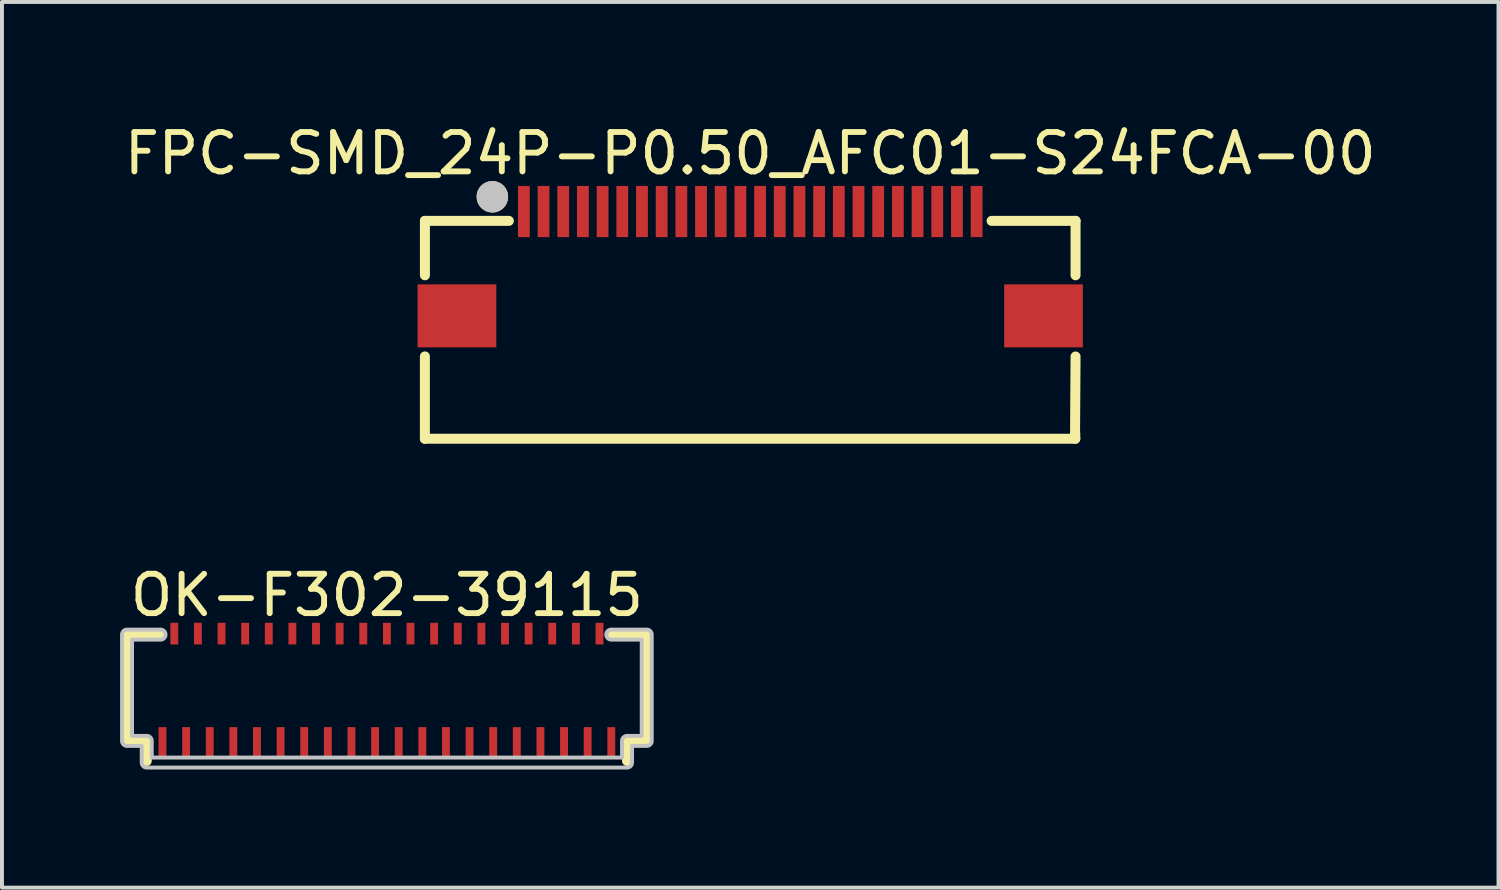
<source format=kicad_pcb>
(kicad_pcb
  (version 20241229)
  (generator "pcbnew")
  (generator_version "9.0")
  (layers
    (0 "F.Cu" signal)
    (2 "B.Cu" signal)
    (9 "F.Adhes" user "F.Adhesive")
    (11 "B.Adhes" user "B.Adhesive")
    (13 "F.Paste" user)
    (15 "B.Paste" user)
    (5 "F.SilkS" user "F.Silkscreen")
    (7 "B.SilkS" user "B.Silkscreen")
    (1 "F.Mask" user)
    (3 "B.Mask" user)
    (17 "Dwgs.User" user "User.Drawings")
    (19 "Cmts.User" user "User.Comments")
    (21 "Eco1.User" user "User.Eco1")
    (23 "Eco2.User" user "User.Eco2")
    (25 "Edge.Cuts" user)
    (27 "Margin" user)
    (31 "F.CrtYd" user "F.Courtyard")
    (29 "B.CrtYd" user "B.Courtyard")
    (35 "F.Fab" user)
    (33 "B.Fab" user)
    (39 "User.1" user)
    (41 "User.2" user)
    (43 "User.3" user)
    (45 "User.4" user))
  (footprint "FPC-SMD_24P-P0.50_AFC01-S24FCA-00"
    (layer "F.Cu")
    (at 16.006 3.648)
    (property "Reference" "FPC-SMD_24P-P0.50_AFC01-S24FCA-00" (at -0.00025 -2.8 0) (layer "F.SilkS") (effects (font (size 1 1) (thickness 0.15))))
    (fp_line (start -8.264 2.355) (end -8.264 4.446) (stroke (width 0.254) (type default)) (layer "F.SilkS"))
    (fp_line (start -8.264 4.446) (end 8.256 4.446) (stroke (width 0.254) (type default)) (layer "F.SilkS"))
    (fp_line (start -8.263 -1.088) (end -8.263 0.294) (stroke (width 0.254) (type default)) (layer "F.SilkS"))
    (fp_line (start -6.131 -1.088) (end -8.263 -1.088) (stroke (width 0.254) (type default)) (layer "F.SilkS"))
    (fp_line (start 8.25 4.35) (end 8.263 2.357) (stroke (width 0.254) (type default)) (layer "F.SilkS"))
    (fp_line (start 8.256 4.446) (end 8.256 4.319) (stroke (width 0.254) (type default)) (layer "F.SilkS"))
    (fp_line (start 8.263 -1.088) (end 6.131 -1.088) (stroke (width 0.254) (type default)) (layer "F.SilkS"))
    (fp_line (start 8.263 0.294) (end 8.263 -1.088) (stroke (width 0.254) (type default)) (layer "F.SilkS"))
    (fp_circle (center -6.55 -1.7) (end -6.35 -1.7) (stroke (width 0.4) (type default)) (fill no) (layer "F.SilkS"))
    (fp_circle (center -6.55 -1.7) (end -6.35 -1.7) (stroke (width 0.4) (type default)) (fill no) (layer "Dwgs.User"))
    (fp_poly (pts (xy -6.7 0.825) (xy -6.7 1.825) (xy -8.2 1.825) (xy -8.2 0.825)) (stroke (width 0.1) (type default)) (fill no) (layer "User.1"))
    (fp_poly (pts (xy -5.65 -0.955) (xy -5.85 -0.955) (xy -5.85 -1.705) (xy -5.65 -1.705)) (stroke (width 0.1) (type default)) (fill no) (layer "User.1"))
    (fp_poly (pts (xy -5.15 -0.955) (xy -5.35 -0.955) (xy -5.35 -1.705) (xy -5.15 -1.705)) (stroke (width 0.1) (type default)) (fill no) (layer "User.1"))
    (fp_poly (pts (xy -4.65 -0.955) (xy -4.85 -0.955) (xy -4.85 -1.705) (xy -4.65 -1.705)) (stroke (width 0.1) (type default)) (fill no) (layer "User.1"))
    (fp_poly (pts (xy -4.15 -0.955) (xy -4.35 -0.955) (xy -4.35 -1.705) (xy -4.15 -1.705)) (stroke (width 0.1) (type default)) (fill no) (layer "User.1"))
    (fp_poly (pts (xy -3.65 -0.955) (xy -3.85 -0.955) (xy -3.85 -1.705) (xy -3.65 -1.705)) (stroke (width 0.1) (type default)) (fill no) (layer "User.1"))
    (fp_poly (pts (xy -3.15 -0.955) (xy -3.35 -0.955) (xy -3.35 -1.705) (xy -3.15 -1.705)) (stroke (width 0.1) (type default)) (fill no) (layer "User.1"))
    (fp_poly (pts (xy -2.65 -0.955) (xy -2.85 -0.955) (xy -2.85 -1.705) (xy -2.65 -1.705)) (stroke (width 0.1) (type default)) (fill no) (layer "User.1"))
    (fp_poly (pts (xy -2.15 -0.955) (xy -2.35 -0.955) (xy -2.35 -1.705) (xy -2.15 -1.705)) (stroke (width 0.1) (type default)) (fill no) (layer "User.1"))
    (fp_poly (pts (xy -1.65 -0.955) (xy -1.85 -0.955) (xy -1.85 -1.705) (xy -1.65 -1.705)) (stroke (width 0.1) (type default)) (fill no) (layer "User.1"))
    (fp_poly (pts (xy -1.15 -0.955) (xy -1.35 -0.955) (xy -1.35 -1.705) (xy -1.15 -1.705)) (stroke (width 0.1) (type default)) (fill no) (layer "User.1"))
    (fp_poly (pts (xy -0.65 -0.955) (xy -0.85 -0.955) (xy -0.85 -1.705) (xy -0.65 -1.705)) (stroke (width 0.1) (type default)) (fill no) (layer "User.1"))
    (fp_poly (pts (xy -0.15 -0.955) (xy -0.35 -0.955) (xy -0.35 -1.705) (xy -0.15 -1.705)) (stroke (width 0.1) (type default)) (fill no) (layer "User.1"))
    (fp_poly (pts (xy 0.35 -0.955) (xy 0.15 -0.955) (xy 0.15 -1.705) (xy 0.35 -1.705)) (stroke (width 0.1) (type default)) (fill no) (layer "User.1"))
    (fp_poly (pts (xy 0.85 -0.955) (xy 0.65 -0.955) (xy 0.65 -1.705) (xy 0.85 -1.705)) (stroke (width 0.1) (type default)) (fill no) (layer "User.1"))
    (fp_poly (pts (xy 1.35 -0.955) (xy 1.15 -0.955) (xy 1.15 -1.705) (xy 1.35 -1.705)) (stroke (width 0.1) (type default)) (fill no) (layer "User.1"))
    (fp_poly (pts (xy 1.85 -0.955) (xy 1.65 -0.955) (xy 1.65 -1.705) (xy 1.85 -1.705)) (stroke (width 0.1) (type default)) (fill no) (layer "User.1"))
    (fp_poly (pts (xy 2.35 -0.955) (xy 2.15 -0.955) (xy 2.15 -1.705) (xy 2.35 -1.705)) (stroke (width 0.1) (type default)) (fill no) (layer "User.1"))
    (fp_poly (pts (xy 2.85 -0.955) (xy 2.65 -0.955) (xy 2.65 -1.705) (xy 2.85 -1.705)) (stroke (width 0.1) (type default)) (fill no) (layer "User.1"))
    (fp_poly (pts (xy 3.35 -0.955) (xy 3.15 -0.955) (xy 3.15 -1.705) (xy 3.35 -1.705)) (stroke (width 0.1) (type default)) (fill no) (layer "User.1"))
    (fp_poly (pts (xy 3.85 -0.955) (xy 3.65 -0.955) (xy 3.65 -1.705) (xy 3.85 -1.705)) (stroke (width 0.1) (type default)) (fill no) (layer "User.1"))
    (fp_poly (pts (xy 4.35 -0.955) (xy 4.15 -0.955) (xy 4.15 -1.705) (xy 4.35 -1.705)) (stroke (width 0.1) (type default)) (fill no) (layer "User.1"))
    (fp_poly (pts (xy 4.85 -0.955) (xy 4.65 -0.955) (xy 4.65 -1.705) (xy 4.85 -1.705)) (stroke (width 0.1) (type default)) (fill no) (layer "User.1"))
    (fp_poly (pts (xy 5.35 -0.955) (xy 5.15 -0.955) (xy 5.15 -1.705) (xy 5.35 -1.705)) (stroke (width 0.1) (type default)) (fill no) (layer "User.1"))
    (fp_poly (pts (xy 5.85 -0.955) (xy 5.65 -0.955) (xy 5.65 -1.705) (xy 5.85 -1.705)) (stroke (width 0.1) (type default)) (fill no) (layer "User.1"))
    (fp_poly (pts (xy 8.2 0.825) (xy 8.2 1.825) (xy 6.7 1.825) (xy 6.7 0.825)) (stroke (width 0.1) (type default)) (fill no) (layer "User.1"))
    (fp_line (start -8.2 -1.005) (end 8.2 -1.005) (stroke (width 0.051) (type default)) (layer "User.2"))
    (fp_line (start -8.2 4.395) (end -8.2 -1.005) (stroke (width 0.051) (type default)) (layer "User.2"))
    (fp_line (start 8.2 -1.005) (end 8.2 4.395) (stroke (width 0.051) (type default)) (layer "User.2"))
    (fp_line (start 8.2 4.395) (end -8.2 4.395) (stroke (width 0.051) (type default)) (layer "User.2"))
    (fp_poly (pts (xy -8.145 -1.728) (xy -8.177 -1.76) (xy -8.223 -1.76) (xy -8.255 -1.728) (xy -8.255 -1.682) (xy -8.223 -1.65) (xy -8.177 -1.65) (xy -8.145 -1.682)) (stroke (width 0.1) (type default)) (fill no) (layer "User.3"))
    (pad "1" smd rect (at -5.75 -1.325 180) (size 0.3 1.3) (layers "F.Cu" "F.Mask" "F.Paste"))
    (pad "2" smd rect (at -5.25 -1.325 180) (size 0.3 1.3) (layers "F.Cu" "F.Mask" "F.Paste"))
    (pad "3" smd rect (at -4.75 -1.325 180) (size 0.3 1.3) (layers "F.Cu" "F.Mask" "F.Paste"))
    (pad "4" smd rect (at -4.25 -1.325 180) (size 0.3 1.3) (layers "F.Cu" "F.Mask" "F.Paste"))
    (pad "5" smd rect (at -3.75 -1.325 180) (size 0.3 1.3) (layers "F.Cu" "F.Mask" "F.Paste"))
    (pad "6" smd rect (at -3.25 -1.325 180) (size 0.3 1.3) (layers "F.Cu" "F.Mask" "F.Paste"))
    (pad "7" smd rect (at -2.75 -1.325 180) (size 0.3 1.3) (layers "F.Cu" "F.Mask" "F.Paste"))
    (pad "8" smd rect (at -2.25 -1.325 180) (size 0.3 1.3) (layers "F.Cu" "F.Mask" "F.Paste"))
    (pad "9" smd rect (at -1.75 -1.325 180) (size 0.3 1.3) (layers "F.Cu" "F.Mask" "F.Paste"))
    (pad "10" smd rect (at -1.25 -1.325 180) (size 0.3 1.3) (layers "F.Cu" "F.Mask" "F.Paste"))
    (pad "11" smd rect (at -0.75 -1.325 180) (size 0.3 1.3) (layers "F.Cu" "F.Mask" "F.Paste"))
    (pad "12" smd rect (at -0.25 -1.325 180) (size 0.3 1.3) (layers "F.Cu" "F.Mask" "F.Paste"))
    (pad "13" smd rect (at 0.25 -1.325 180) (size 0.3 1.3) (layers "F.Cu" "F.Mask" "F.Paste"))
    (pad "14" smd rect (at 0.75 -1.325 180) (size 0.3 1.3) (layers "F.Cu" "F.Mask" "F.Paste"))
    (pad "15" smd rect (at 1.25 -1.325 180) (size 0.3 1.3) (layers "F.Cu" "F.Mask" "F.Paste"))
    (pad "16" smd rect (at 1.75 -1.325 180) (size 0.3 1.3) (layers "F.Cu" "F.Mask" "F.Paste"))
    (pad "17" smd rect (at 2.25 -1.325 180) (size 0.3 1.3) (layers "F.Cu" "F.Mask" "F.Paste"))
    (pad "18" smd rect (at 2.75 -1.325 180) (size 0.3 1.3) (layers "F.Cu" "F.Mask" "F.Paste"))
    (pad "19" smd rect (at 3.25 -1.325 180) (size 0.3 1.3) (layers "F.Cu" "F.Mask" "F.Paste"))
    (pad "20" smd rect (at 3.75 -1.325 180) (size 0.3 1.3) (layers "F.Cu" "F.Mask" "F.Paste"))
    (pad "21" smd rect (at 4.25 -1.325 180) (size 0.3 1.3) (layers "F.Cu" "F.Mask" "F.Paste"))
    (pad "22" smd rect (at 4.75 -1.325 180) (size 0.3 1.3) (layers "F.Cu" "F.Mask" "F.Paste"))
    (pad "23" smd rect (at 5.25 -1.325 180) (size 0.3 1.3) (layers "F.Cu" "F.Mask" "F.Paste"))
    (pad "24" smd rect (at 5.75 -1.325 180) (size 0.3 1.3) (layers "F.Cu" "F.Mask" "F.Paste"))
    (pad "25" smd rect (at 7.449 1.325 90) (size 1.6 2) (layers "F.Cu" "F.Mask" "F.Paste"))
    (pad "26" smd rect (at -7.45 1.325 90) (size 1.6 2) (layers "F.Cu" "F.Mask" "F.Paste")))
  (footprint "OK-F302-39115"
    (layer "F.Cu")
    (at 6.777 14.419)
    (property "Reference" "OK-F302-39115" (at 0 -2.35 0) (layer "F.SilkS") (effects (font (size 1 1) (thickness 0.15))))
    (fp_line (start -6.6 -1.34) (end -6.6 1.36) (stroke (width 0.254) (type default)) (layer "F.SilkS"))
    (fp_line (start -6.6 -1.34) (end -5.731 -1.34) (stroke (width 0.254) (type default)) (layer "F.SilkS"))
    (fp_line (start -6.6 1.36) (end -6.1 1.36) (stroke (width 0.254) (type default)) (layer "F.SilkS"))
    (fp_line (start -6.1 1.36) (end -6.1 1.86) (stroke (width 0.254) (type default)) (layer "F.SilkS"))
    (fp_line (start 5.731 -1.34) (end 6.6 -1.34) (stroke (width 0.254) (type default)) (layer "F.SilkS"))
    (fp_line (start 6.1 1.36) (end 6.1 1.86) (stroke (width 0.254) (type default)) (layer "F.SilkS"))
    (fp_line (start 6.6 -1.34) (end 6.6 1.36) (stroke (width 0.254) (type default)) (layer "F.SilkS"))
    (fp_line (start 6.6 1.36) (end 6.1 1.36) (stroke (width 0.254) (type default)) (layer "F.SilkS"))
    (fp_poly (pts (arc (start -5.75 -1.477) (mid -5.623 -1.35) (end -5.75 -1.223)) (xy -6.473 -1.223) (xy -6.473 1.223) (arc (start -6.1 1.223) (mid -6.010197 1.260197) (end -5.973 1.35)) (xy -5.973 1.773) (xy 5.973 1.773) (arc (start 5.973 1.35) (mid 6.010197 1.260197) (end 6.1 1.223)) (xy 6.473 1.223) (xy 6.473 -1.223) (arc (start 5.7 -1.223) (mid 5.573 -1.35) (end 5.7 -1.477)) (arc (start 6.6 -1.477) (mid 6.689803 -1.439803) (end 6.727 -1.35)) (arc (start 6.727 1.35) (mid 6.689803 1.439803) (end 6.6 1.477)) (xy 6.227 1.477) (arc (start 6.227 1.9) (mid 6.189803 1.989803) (end 6.1 2.027)) (arc (start -6.1 2.027) (mid -6.189803 1.989803) (end -6.227 1.9)) (xy -6.227 1.477) (arc (start -6.6 1.477) (mid -6.689803 1.439803) (end -6.727 1.35)) (arc (start -6.727 -1.35) (mid -6.689803 -1.439803) (end -6.6 -1.477))) (stroke (width 0.1) (type default)) (fill no) (layer "Dwgs.User"))
    (fp_poly (pts (xy -5.74 1.15) (xy -5.66 1.15) (xy -5.66 1.7) (xy -5.74 1.7)) (stroke (width 0.1) (type default)) (fill no) (layer "User.1"))
    (fp_poly (pts (xy -5.44 -1.6) (xy -5.36 -1.6) (xy -5.36 -1.25) (xy -5.44 -1.25)) (stroke (width 0.1) (type default)) (fill no) (layer "User.1"))
    (fp_poly (pts (xy -5.14 1.15) (xy -5.06 1.15) (xy -5.06 1.7) (xy -5.14 1.7)) (stroke (width 0.1) (type default)) (fill no) (layer "User.1"))
    (fp_poly (pts (xy -4.84 -1.6) (xy -4.76 -1.6) (xy -4.76 -1.25) (xy -4.84 -1.25)) (stroke (width 0.1) (type default)) (fill no) (layer "User.1"))
    (fp_poly (pts (xy -4.54 1.15) (xy -4.46 1.15) (xy -4.46 1.7) (xy -4.54 1.7)) (stroke (width 0.1) (type default)) (fill no) (layer "User.1"))
    (fp_poly (pts (xy -4.24 -1.6) (xy -4.16 -1.6) (xy -4.16 -1.25) (xy -4.24 -1.25)) (stroke (width 0.1) (type default)) (fill no) (layer "User.1"))
    (fp_poly (pts (xy -3.94 1.15) (xy -3.86 1.15) (xy -3.86 1.7) (xy -3.94 1.7)) (stroke (width 0.1) (type default)) (fill no) (layer "User.1"))
    (fp_poly (pts (xy -3.64 -1.6) (xy -3.56 -1.6) (xy -3.56 -1.25) (xy -3.64 -1.25)) (stroke (width 0.1) (type default)) (fill no) (layer "User.1"))
    (fp_poly (pts (xy -3.34 1.15) (xy -3.26 1.15) (xy -3.26 1.7) (xy -3.34 1.7)) (stroke (width 0.1) (type default)) (fill no) (layer "User.1"))
    (fp_poly (pts (xy -3.04 -1.6) (xy -2.96 -1.6) (xy -2.96 -1.25) (xy -3.04 -1.25)) (stroke (width 0.1) (type default)) (fill no) (layer "User.1"))
    (fp_poly (pts (xy -2.74 1.15) (xy -2.66 1.15) (xy -2.66 1.7) (xy -2.74 1.7)) (stroke (width 0.1) (type default)) (fill no) (layer "User.1"))
    (fp_poly (pts (xy -2.44 -1.6) (xy -2.36 -1.6) (xy -2.36 -1.25) (xy -2.44 -1.25)) (stroke (width 0.1) (type default)) (fill no) (layer "User.1"))
    (fp_poly (pts (xy -2.14 1.15) (xy -2.06 1.15) (xy -2.06 1.7) (xy -2.14 1.7)) (stroke (width 0.1) (type default)) (fill no) (layer "User.1"))
    (fp_poly (pts (xy -1.84 -1.6) (xy -1.76 -1.6) (xy -1.76 -1.25) (xy -1.84 -1.25)) (stroke (width 0.1) (type default)) (fill no) (layer "User.1"))
    (fp_poly (pts (xy -1.54 1.15) (xy -1.46 1.15) (xy -1.46 1.7) (xy -1.54 1.7)) (stroke (width 0.1) (type default)) (fill no) (layer "User.1"))
    (fp_poly (pts (xy -1.24 -1.6) (xy -1.16 -1.6) (xy -1.16 -1.25) (xy -1.24 -1.25)) (stroke (width 0.1) (type default)) (fill no) (layer "User.1"))
    (fp_poly (pts (xy -0.94 1.15) (xy -0.86 1.15) (xy -0.86 1.7) (xy -0.94 1.7)) (stroke (width 0.1) (type default)) (fill no) (layer "User.1"))
    (fp_poly (pts (xy -0.64 -1.6) (xy -0.56 -1.6) (xy -0.56 -1.25) (xy -0.64 -1.25)) (stroke (width 0.1) (type default)) (fill no) (layer "User.1"))
    (fp_poly (pts (xy -0.34 1.15) (xy -0.26 1.15) (xy -0.26 1.7) (xy -0.34 1.7)) (stroke (width 0.1) (type default)) (fill no) (layer "User.1"))
    (fp_poly (pts (xy -0.04 -1.6) (xy 0.04 -1.6) (xy 0.04 -1.25) (xy -0.04 -1.25)) (stroke (width 0.1) (type default)) (fill no) (layer "User.1"))
    (fp_poly (pts (xy 0.26 1.15) (xy 0.34 1.15) (xy 0.34 1.7) (xy 0.26 1.7)) (stroke (width 0.1) (type default)) (fill no) (layer "User.1"))
    (fp_poly (pts (xy 0.56 -1.6) (xy 0.64 -1.6) (xy 0.64 -1.25) (xy 0.56 -1.25)) (stroke (width 0.1) (type default)) (fill no) (layer "User.1"))
    (fp_poly (pts (xy 0.86 1.15) (xy 0.94 1.15) (xy 0.94 1.7) (xy 0.86 1.7)) (stroke (width 0.1) (type default)) (fill no) (layer "User.1"))
    (fp_poly (pts (xy 1.16 -1.6) (xy 1.24 -1.6) (xy 1.24 -1.25) (xy 1.16 -1.25)) (stroke (width 0.1) (type default)) (fill no) (layer "User.1"))
    (fp_poly (pts (xy 1.46 1.15) (xy 1.54 1.15) (xy 1.54 1.7) (xy 1.46 1.7)) (stroke (width 0.1) (type default)) (fill no) (layer "User.1"))
    (fp_poly (pts (xy 1.76 -1.6) (xy 1.84 -1.6) (xy 1.84 -1.25) (xy 1.76 -1.25)) (stroke (width 0.1) (type default)) (fill no) (layer "User.1"))
    (fp_poly (pts (xy 2.06 1.15) (xy 2.14 1.15) (xy 2.14 1.7) (xy 2.06 1.7)) (stroke (width 0.1) (type default)) (fill no) (layer "User.1"))
    (fp_poly (pts (xy 2.36 -1.6) (xy 2.44 -1.6) (xy 2.44 -1.25) (xy 2.36 -1.25)) (stroke (width 0.1) (type default)) (fill no) (layer "User.1"))
    (fp_poly (pts (xy 2.66 1.15) (xy 2.74 1.15) (xy 2.74 1.7) (xy 2.66 1.7)) (stroke (width 0.1) (type default)) (fill no) (layer "User.1"))
    (fp_poly (pts (xy 2.96 -1.6) (xy 3.04 -1.6) (xy 3.04 -1.25) (xy 2.96 -1.25)) (stroke (width 0.1) (type default)) (fill no) (layer "User.1"))
    (fp_poly (pts (xy 3.26 1.15) (xy 3.34 1.15) (xy 3.34 1.7) (xy 3.26 1.7)) (stroke (width 0.1) (type default)) (fill no) (layer "User.1"))
    (fp_poly (pts (xy 3.56 -1.6) (xy 3.64 -1.6) (xy 3.64 -1.25) (xy 3.56 -1.25)) (stroke (width 0.1) (type default)) (fill no) (layer "User.1"))
    (fp_poly (pts (xy 3.86 1.15) (xy 3.94 1.15) (xy 3.94 1.7) (xy 3.86 1.7)) (stroke (width 0.1) (type default)) (fill no) (layer "User.1"))
    (fp_poly (pts (xy 4.16 -1.6) (xy 4.24 -1.6) (xy 4.24 -1.25) (xy 4.16 -1.25)) (stroke (width 0.1) (type default)) (fill no) (layer "User.1"))
    (fp_poly (pts (xy 4.46 1.15) (xy 4.54 1.15) (xy 4.54 1.7) (xy 4.46 1.7)) (stroke (width 0.1) (type default)) (fill no) (layer "User.1"))
    (fp_poly (pts (xy 4.76 -1.6) (xy 4.84 -1.6) (xy 4.84 -1.25) (xy 4.76 -1.25)) (stroke (width 0.1) (type default)) (fill no) (layer "User.1"))
    (fp_poly (pts (xy 5.06 1.15) (xy 5.14 1.15) (xy 5.14 1.7) (xy 5.06 1.7)) (stroke (width 0.1) (type default)) (fill no) (layer "User.1"))
    (fp_poly (pts (xy 5.36 -1.6) (xy 5.44 -1.6) (xy 5.44 -1.25) (xy 5.36 -1.25)) (stroke (width 0.1) (type default)) (fill no) (layer "User.1"))
    (fp_poly (pts (xy 5.66 1.15) (xy 5.74 1.15) (xy 5.74 1.7) (xy 5.66 1.7)) (stroke (width 0.1) (type default)) (fill no) (layer "User.1"))
    (fp_line (start -6.6 -1.35) (end 6.6 -1.35) (stroke (width 0.051) (type default)) (layer "User.2"))
    (fp_line (start -6.6 1.87) (end -6.6 -1.35) (stroke (width 0.051) (type default)) (layer "User.2"))
    (fp_line (start 6.6 -1.35) (end 6.6 1.87) (stroke (width 0.051) (type default)) (layer "User.2"))
    (fp_line (start 6.6 1.87) (end -6.6 1.87) (stroke (width 0.051) (type default)) (layer "User.2"))
    (fp_poly (pts (xy -6.545 1.847) (xy -6.577 1.815) (xy -6.623 1.815) (xy -6.655 1.847) (xy -6.655 1.893) (xy -6.623 1.925) (xy -6.577 1.925) (xy -6.545 1.893)) (stroke (width 0.1) (type default)) (fill no) (layer "User.3"))
    (pad "1" smd rect (at -5.7 1.375) (size 0.2 0.75) (layers "F.Cu" "F.Mask" "F.Paste"))
    (pad "2" smd rect (at -5.4 -1.375) (size 0.2 0.55) (layers "F.Cu" "F.Mask" "F.Paste"))
    (pad "3" smd rect (at -5.1 1.375) (size 0.2 0.75) (layers "F.Cu" "F.Mask" "F.Paste"))
    (pad "4" smd rect (at -4.8 -1.375) (size 0.2 0.55) (layers "F.Cu" "F.Mask" "F.Paste"))
    (pad "5" smd rect (at -4.5 1.375) (size 0.2 0.75) (layers "F.Cu" "F.Mask" "F.Paste"))
    (pad "6" smd rect (at -4.2 -1.375) (size 0.2 0.55) (layers "F.Cu" "F.Mask" "F.Paste"))
    (pad "7" smd rect (at -3.9 1.375) (size 0.2 0.75) (layers "F.Cu" "F.Mask" "F.Paste"))
    (pad "8" smd rect (at -3.6 -1.375) (size 0.2 0.55) (layers "F.Cu" "F.Mask" "F.Paste"))
    (pad "9" smd rect (at -3.3 1.375) (size 0.2 0.75) (layers "F.Cu" "F.Mask" "F.Paste"))
    (pad "10" smd rect (at -3 -1.375) (size 0.2 0.55) (layers "F.Cu" "F.Mask" "F.Paste"))
    (pad "11" smd rect (at -2.7 1.375) (size 0.2 0.75) (layers "F.Cu" "F.Mask" "F.Paste"))
    (pad "12" smd rect (at -2.4 -1.375) (size 0.2 0.55) (layers "F.Cu" "F.Mask" "F.Paste"))
    (pad "13" smd rect (at -2.1 1.375) (size 0.2 0.75) (layers "F.Cu" "F.Mask" "F.Paste"))
    (pad "14" smd rect (at -1.8 -1.375) (size 0.2 0.55) (layers "F.Cu" "F.Mask" "F.Paste"))
    (pad "15" smd rect (at -1.5 1.375) (size 0.2 0.75) (layers "F.Cu" "F.Mask" "F.Paste"))
    (pad "16" smd rect (at -1.2 -1.375) (size 0.2 0.55) (layers "F.Cu" "F.Mask" "F.Paste"))
    (pad "17" smd rect (at -0.9 1.375) (size 0.2 0.75) (layers "F.Cu" "F.Mask" "F.Paste"))
    (pad "18" smd rect (at -0.6 -1.375) (size 0.2 0.55) (layers "F.Cu" "F.Mask" "F.Paste"))
    (pad "19" smd rect (at -0.3 1.375) (size 0.2 0.75) (layers "F.Cu" "F.Mask" "F.Paste"))
    (pad "20" smd rect (at 0 -1.375) (size 0.2 0.55) (layers "F.Cu" "F.Mask" "F.Paste"))
    (pad "21" smd rect (at 0.3 1.375) (size 0.2 0.75) (layers "F.Cu" "F.Mask" "F.Paste"))
    (pad "22" smd rect (at 0.6 -1.375) (size 0.2 0.55) (layers "F.Cu" "F.Mask" "F.Paste"))
    (pad "23" smd rect (at 0.9 1.375) (size 0.2 0.75) (layers "F.Cu" "F.Mask" "F.Paste"))
    (pad "24" smd rect (at 1.2 -1.375) (size 0.2 0.55) (layers "F.Cu" "F.Mask" "F.Paste"))
    (pad "25" smd rect (at 1.5 1.375) (size 0.2 0.75) (layers "F.Cu" "F.Mask" "F.Paste"))
    (pad "26" smd rect (at 1.8 -1.375) (size 0.2 0.55) (layers "F.Cu" "F.Mask" "F.Paste"))
    (pad "27" smd rect (at 2.1 1.375) (size 0.2 0.75) (layers "F.Cu" "F.Mask" "F.Paste"))
    (pad "28" smd rect (at 2.4 -1.375) (size 0.2 0.55) (layers "F.Cu" "F.Mask" "F.Paste"))
    (pad "29" smd rect (at 2.7 1.375) (size 0.2 0.75) (layers "F.Cu" "F.Mask" "F.Paste"))
    (pad "30" smd rect (at 3 -1.375) (size 0.2 0.55) (layers "F.Cu" "F.Mask" "F.Paste"))
    (pad "31" smd rect (at 3.3 1.375) (size 0.2 0.75) (layers "F.Cu" "F.Mask" "F.Paste"))
    (pad "32" smd rect (at 3.6 -1.375) (size 0.2 0.55) (layers "F.Cu" "F.Mask" "F.Paste"))
    (pad "33" smd rect (at 3.9 1.375) (size 0.2 0.75) (layers "F.Cu" "F.Mask" "F.Paste"))
    (pad "34" smd rect (at 4.2 -1.375) (size 0.2 0.55) (layers "F.Cu" "F.Mask" "F.Paste"))
    (pad "35" smd rect (at 4.5 1.375) (size 0.2 0.75) (layers "F.Cu" "F.Mask" "F.Paste"))
    (pad "36" smd rect (at 4.8 -1.375) (size 0.2 0.55) (layers "F.Cu" "F.Mask" "F.Paste"))
    (pad "37" smd rect (at 5.1 1.375) (size 0.2 0.75) (layers "F.Cu" "F.Mask" "F.Paste"))
    (pad "38" smd rect (at 5.4 -1.375) (size 0.2 0.55) (layers "F.Cu" "F.Mask" "F.Paste"))
    (pad "39" smd rect (at 5.7 1.375) (size 0.2 0.75) (layers "F.Cu" "F.Mask" "F.Paste")))
  (gr_rect
    (start -3 -3)
    (end 35.012 19.496)
    (stroke (width 0.1) (type default))
    (fill no)
    (layer "Edge.Cuts")))
</source>
